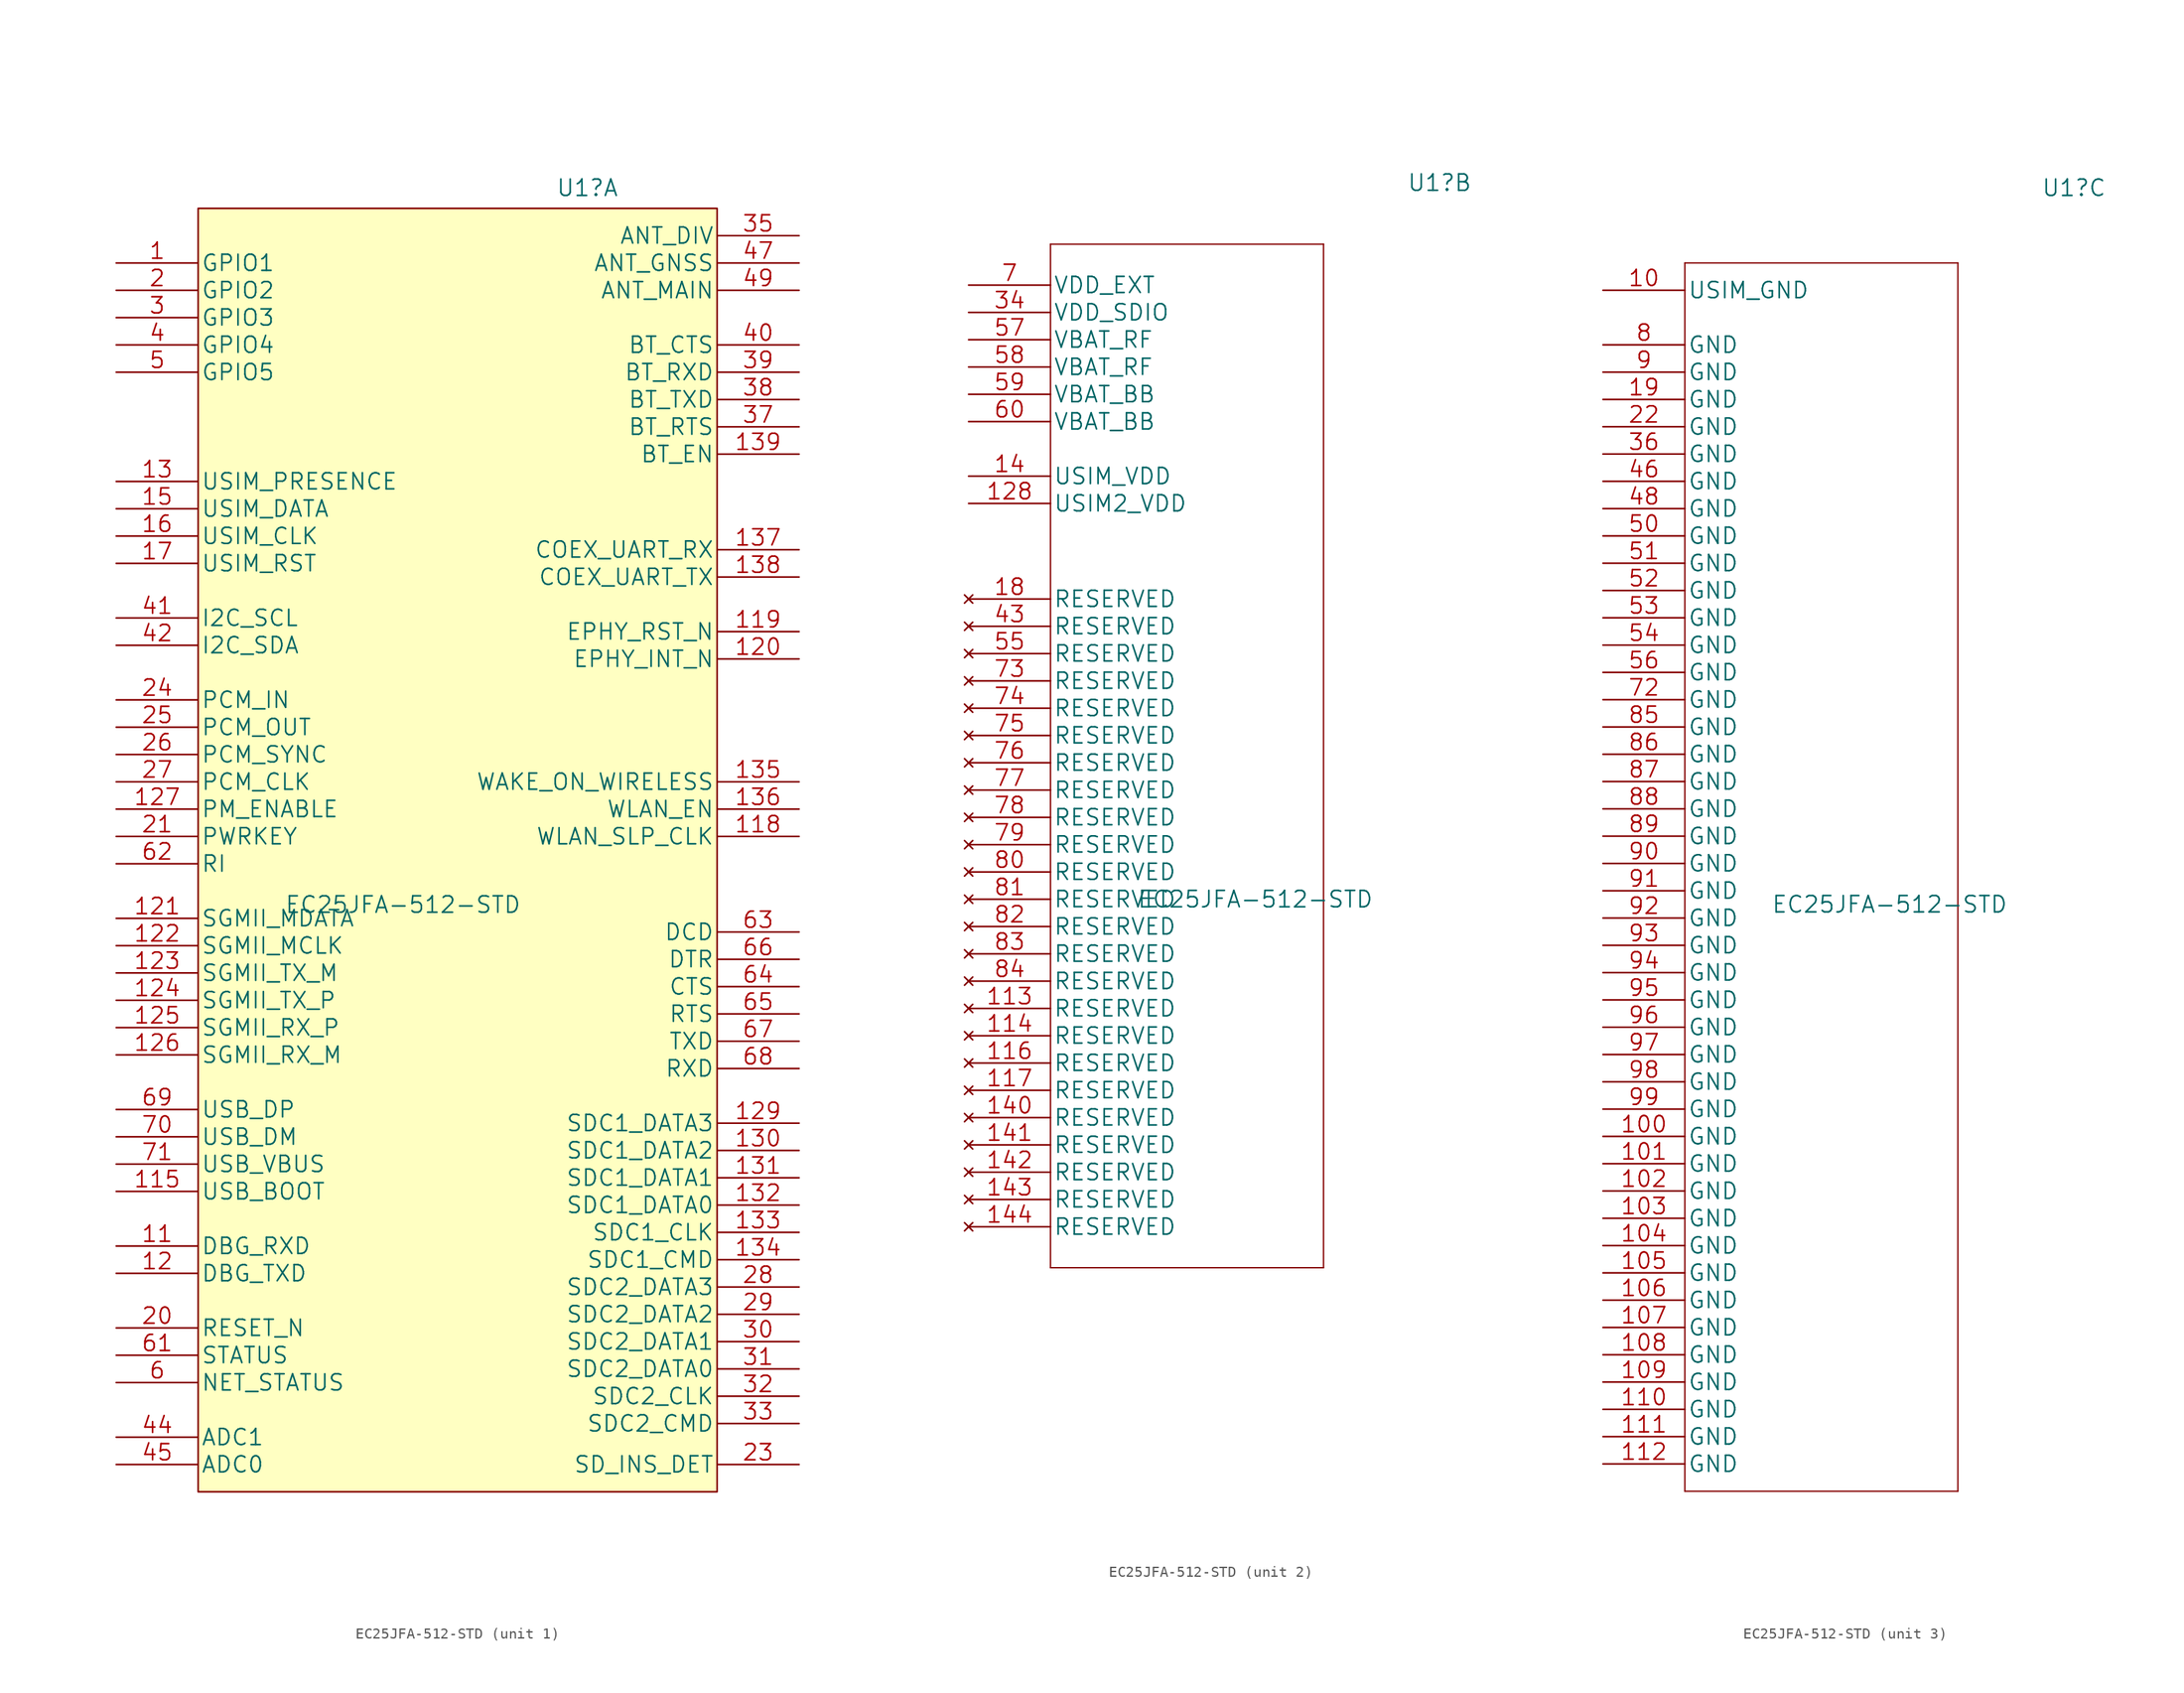
<source format=kicad_sym>
(kicad_symbol_lib
  (version 20220914)
  (generator kicad_symbol_editor)
  (symbol "EC25JFA-512-STD"
    (pin_names
      (offset 0.254))
    (property "Reference" "U1"
      (at 43.815 9.525 0)
      (effects (font (size 1.524 1.524))))
    (property "Value" "EC25JFA-512-STD"
      (at 26.67 -57.15 0)
      (effects (font (size 1.524 1.524))))
    (property "Datasheet" ""
      (at 0 -106.68 0)
      (effects (font (size 1.524 1.524))))
    (property "ki_locked" ""
      (at 0 0 0)
      (effects (font (size 1.27 1.27))))
    (symbol "EC25JFA-512-STD_1_1"
      (rectangle (start 7.62 7.62) (end 55.88 -111.76) (stroke (width 0) (type default)) (fill (type background)))
      (pin bidirectional line (at 0 2.54 0) (length 7.62) (name "GPIO1" (effects (font (size 1.499 1.499)))) (number "1" (effects (font (size 1.499 1.499)))))
      (pin input line (at 0 -88.9 0) (length 7.62) (name "DBG_RXD" (effects (font (size 1.499 1.499)))) (number "11" (effects (font (size 1.499 1.499)))))
      (pin input line (at 0 -83.82 0) (length 7.62) (name "USB_BOOT" (effects (font (size 1.499 1.499)))) (number "115" (effects (font (size 1.499 1.499)))))
      (pin output line (at 63.5 -50.8 180) (length 7.62) (name "WLAN_SLP_CLK" (effects (font (size 1.499 1.499)))) (number "118" (effects (font (size 1.499 1.499)))))
      (pin unspecified line (at 63.5 -31.75 180) (length 7.62) (name "EPHY_RST_N" (effects (font (size 1.499 1.499)))) (number "119" (effects (font (size 1.499 1.499)))))
      (pin output line (at 0 -91.44 0) (length 7.62) (name "DBG_TXD" (effects (font (size 1.499 1.499)))) (number "12" (effects (font (size 1.499 1.499)))))
      (pin unspecified line (at 63.5 -34.29 180) (length 7.62) (name "EPHY_INT_N" (effects (font (size 1.499 1.499)))) (number "120" (effects (font (size 1.499 1.499)))))
      (pin unspecified line (at 0 -58.42 0) (length 7.62) (name "SGMII_MDATA" (effects (font (size 1.499 1.499)))) (number "121" (effects (font (size 1.499 1.499)))))
      (pin unspecified line (at 0 -60.96 0) (length 7.62) (name "SGMII_MCLK" (effects (font (size 1.499 1.499)))) (number "122" (effects (font (size 1.499 1.499)))))
      (pin unspecified line (at 0 -63.5 0) (length 7.62) (name "SGMII_TX_M" (effects (font (size 1.499 1.499)))) (number "123" (effects (font (size 1.499 1.499)))))
      (pin unspecified line (at 0 -66.04 0) (length 7.62) (name "SGMII_TX_P" (effects (font (size 1.499 1.499)))) (number "124" (effects (font (size 1.499 1.499)))))
      (pin unspecified line (at 0 -68.58 0) (length 7.62) (name "SGMII_RX_P" (effects (font (size 1.499 1.499)))) (number "125" (effects (font (size 1.499 1.499)))))
      (pin unspecified line (at 0 -71.12 0) (length 7.62) (name "SGMII_RX_M" (effects (font (size 1.499 1.499)))) (number "126" (effects (font (size 1.499 1.499)))))
      (pin unspecified line (at 0 -48.26 0) (length 7.62) (name "PM_ENABLE" (effects (font (size 1.499 1.499)))) (number "127" (effects (font (size 1.499 1.499)))))
      (pin bidirectional line (at 63.5 -77.47 180) (length 7.62) (name "SDC1_DATA3" (effects (font (size 1.499 1.499)))) (number "129" (effects (font (size 1.499 1.499)))))
      (pin input line (at 0 -17.78 0) (length 7.62) (name "USIM_PRESENCE" (effects (font (size 1.499 1.499)))) (number "13" (effects (font (size 1.499 1.499)))))
      (pin bidirectional line (at 63.5 -80.01 180) (length 7.62) (name "SDC1_DATA2" (effects (font (size 1.499 1.499)))) (number "130" (effects (font (size 1.499 1.499)))))
      (pin bidirectional line (at 63.5 -82.55 180) (length 7.62) (name "SDC1_DATA1" (effects (font (size 1.499 1.499)))) (number "131" (effects (font (size 1.499 1.499)))))
      (pin bidirectional line (at 63.5 -85.09 180) (length 7.62) (name "SDC1_DATA0" (effects (font (size 1.499 1.499)))) (number "132" (effects (font (size 1.499 1.499)))))
      (pin output line (at 63.5 -87.63 180) (length 7.62) (name "SDC1_CLK" (effects (font (size 1.499 1.499)))) (number "133" (effects (font (size 1.499 1.499)))))
      (pin bidirectional line (at 63.5 -90.17 180) (length 7.62) (name "SDC1_CMD" (effects (font (size 1.499 1.499)))) (number "134" (effects (font (size 1.499 1.499)))))
      (pin input line (at 63.5 -45.72 180) (length 7.62) (name "WAKE_ON_WIRELESS" (effects (font (size 1.499 1.499)))) (number "135" (effects (font (size 1.499 1.499)))))
      (pin output line (at 63.5 -48.26 180) (length 7.62) (name "WLAN_EN" (effects (font (size 1.499 1.499)))) (number "136" (effects (font (size 1.499 1.499)))))
      (pin input line (at 63.5 -24.13 180) (length 7.62) (name "COEX_UART_RX" (effects (font (size 1.499 1.499)))) (number "137" (effects (font (size 1.499 1.499)))))
      (pin output line (at 63.5 -26.67 180) (length 7.62) (name "COEX_UART_TX" (effects (font (size 1.499 1.499)))) (number "138" (effects (font (size 1.499 1.499)))))
      (pin output line (at 63.5 -15.24 180) (length 7.62) (name "BT_EN" (effects (font (size 1.499 1.499)))) (number "139" (effects (font (size 1.499 1.499)))))
      (pin bidirectional line (at 0 -20.32 0) (length 7.62) (name "USIM_DATA" (effects (font (size 1.499 1.499)))) (number "15" (effects (font (size 1.499 1.499)))))
      (pin output line (at 0 -22.86 0) (length 7.62) (name "USIM_CLK" (effects (font (size 1.499 1.499)))) (number "16" (effects (font (size 1.499 1.499)))))
      (pin output line (at 0 -25.4 0) (length 7.62) (name "USIM_RST" (effects (font (size 1.499 1.499)))) (number "17" (effects (font (size 1.499 1.499)))))
      (pin bidirectional line (at 0 0 0) (length 7.62) (name "GPIO2" (effects (font (size 1.499 1.499)))) (number "2" (effects (font (size 1.499 1.499)))))
      (pin input line (at 0 -96.52 0) (length 7.62) (name "RESET_N" (effects (font (size 1.499 1.499)))) (number "20" (effects (font (size 1.499 1.499)))))
      (pin input line (at 0 -50.8 0) (length 7.62) (name "PWRKEY" (effects (font (size 1.499 1.499)))) (number "21" (effects (font (size 1.499 1.499)))))
      (pin output line (at 63.5 -109.22 180) (length 7.62) (name "SD_INS_DET" (effects (font (size 1.499 1.499)))) (number "23" (effects (font (size 1.499 1.499)))))
      (pin output line (at 0 -38.1 0) (length 7.62) (name "PCM_IN" (effects (font (size 1.499 1.499)))) (number "24" (effects (font (size 1.499 1.499)))))
      (pin output line (at 0 -40.64 0) (length 7.62) (name "PCM_OUT" (effects (font (size 1.499 1.499)))) (number "25" (effects (font (size 1.499 1.499)))))
      (pin output line (at 0 -43.18 0) (length 7.62) (name "PCM_SYNC" (effects (font (size 1.499 1.499)))) (number "26" (effects (font (size 1.499 1.499)))))
      (pin output line (at 0 -45.72 0) (length 7.62) (name "PCM_CLK" (effects (font (size 1.499 1.499)))) (number "27" (effects (font (size 1.499 1.499)))))
      (pin bidirectional line (at 63.5 -92.71 180) (length 7.62) (name "SDC2_DATA3" (effects (font (size 1.499 1.499)))) (number "28" (effects (font (size 1.499 1.499)))))
      (pin bidirectional line (at 63.5 -95.25 180) (length 7.62) (name "SDC2_DATA2" (effects (font (size 1.499 1.499)))) (number "29" (effects (font (size 1.499 1.499)))))
      (pin bidirectional line (at 0 -2.54 0) (length 7.62) (name "GPIO3" (effects (font (size 1.499 1.499)))) (number "3" (effects (font (size 1.499 1.499)))))
      (pin bidirectional line (at 63.5 -97.79 180) (length 7.62) (name "SDC2_DATA1" (effects (font (size 1.499 1.499)))) (number "30" (effects (font (size 1.499 1.499)))))
      (pin bidirectional line (at 63.5 -100.33 180) (length 7.62) (name "SDC2_DATA0" (effects (font (size 1.499 1.499)))) (number "31" (effects (font (size 1.499 1.499)))))
      (pin output line (at 63.5 -102.87 180) (length 7.62) (name "SDC2_CLK" (effects (font (size 1.499 1.499)))) (number "32" (effects (font (size 1.499 1.499)))))
      (pin bidirectional line (at 63.5 -105.41 180) (length 7.62) (name "SDC2_CMD" (effects (font (size 1.499 1.499)))) (number "33" (effects (font (size 1.499 1.499)))))
      (pin unspecified line (at 63.5 5.08 180) (length 7.62) (name "ANT_DIV" (effects (font (size 1.499 1.499)))) (number "35" (effects (font (size 1.499 1.499)))))
      (pin output line (at 63.5 -12.7 180) (length 7.62) (name "BT_RTS" (effects (font (size 1.499 1.499)))) (number "37" (effects (font (size 1.499 1.499)))))
      (pin output line (at 63.5 -10.16 180) (length 7.62) (name "BT_TXD" (effects (font (size 1.499 1.499)))) (number "38" (effects (font (size 1.499 1.499)))))
      (pin output line (at 63.5 -7.62 180) (length 7.62) (name "BT_RXD" (effects (font (size 1.499 1.499)))) (number "39" (effects (font (size 1.499 1.499)))))
      (pin bidirectional line (at 0 -5.08 0) (length 7.62) (name "GPIO4" (effects (font (size 1.499 1.499)))) (number "4" (effects (font (size 1.499 1.499)))))
      (pin output line (at 63.5 -5.08 180) (length 7.62) (name "BT_CTS" (effects (font (size 1.499 1.499)))) (number "40" (effects (font (size 1.499 1.499)))))
      (pin bidirectional line (at 0 -30.48 0) (length 7.62) (name "I2C_SCL" (effects (font (size 1.499 1.499)))) (number "41" (effects (font (size 1.499 1.499)))))
      (pin bidirectional line (at 0 -33.02 0) (length 7.62) (name "I2C_SDA" (effects (font (size 1.499 1.499)))) (number "42" (effects (font (size 1.499 1.499)))))
      (pin bidirectional line (at 0 -106.68 0) (length 7.62) (name "ADC1" (effects (font (size 1.499 1.499)))) (number "44" (effects (font (size 1.499 1.499)))))
      (pin bidirectional line (at 0 -109.22 0) (length 7.62) (name "ADC0" (effects (font (size 1.499 1.499)))) (number "45" (effects (font (size 1.499 1.499)))))
      (pin unspecified line (at 63.5 2.54 180) (length 7.62) (name "ANT_GNSS" (effects (font (size 1.499 1.499)))) (number "47" (effects (font (size 1.499 1.499)))))
      (pin output line (at 63.5 0 180) (length 7.62) (name "ANT_MAIN" (effects (font (size 1.499 1.499)))) (number "49" (effects (font (size 1.499 1.499)))))
      (pin bidirectional line (at 0 -7.62 0) (length 7.62) (name "GPIO5" (effects (font (size 1.499 1.499)))) (number "5" (effects (font (size 1.499 1.499)))))
      (pin output line (at 0 -101.6 0) (length 7.62) (name "NET_STATUS" (effects (font (size 1.499 1.499)))) (number "6" (effects (font (size 1.499 1.499)))))
      (pin output line (at 0 -99.06 0) (length 7.62) (name "STATUS" (effects (font (size 1.499 1.499)))) (number "61" (effects (font (size 1.499 1.499)))))
      (pin output line (at 0 -53.34 0) (length 7.62) (name "RI" (effects (font (size 1.499 1.499)))) (number "62" (effects (font (size 1.499 1.499)))))
      (pin output line (at 63.5 -59.69 180) (length 7.62) (name "DCD" (effects (font (size 1.499 1.499)))) (number "63" (effects (font (size 1.499 1.499)))))
      (pin output line (at 63.5 -64.77 180) (length 7.62) (name "CTS" (effects (font (size 1.499 1.499)))) (number "64" (effects (font (size 1.499 1.499)))))
      (pin input line (at 63.5 -67.31 180) (length 7.62) (name "RTS" (effects (font (size 1.499 1.499)))) (number "65" (effects (font (size 1.499 1.499)))))
      (pin bidirectional line (at 63.5 -62.23 180) (length 7.62) (name "DTR" (effects (font (size 1.499 1.499)))) (number "66" (effects (font (size 1.499 1.499)))))
      (pin output line (at 63.5 -69.85 180) (length 7.62) (name "TXD" (effects (font (size 1.499 1.499)))) (number "67" (effects (font (size 1.499 1.499)))))
      (pin input line (at 63.5 -72.39 180) (length 7.62) (name "RXD" (effects (font (size 1.499 1.499)))) (number "68" (effects (font (size 1.499 1.499)))))
      (pin input line (at 0 -76.2 0) (length 7.62) (name "USB_DP" (effects (font (size 1.499 1.499)))) (number "69" (effects (font (size 1.499 1.499)))))
      (pin input line (at 0 -78.74 0) (length 7.62) (name "USB_DM" (effects (font (size 1.499 1.499)))) (number "70" (effects (font (size 1.499 1.499)))))
      (pin input line (at 0 -81.28 0) (length 7.62) (name "USB_VBUS" (effects (font (size 1.499 1.499)))) (number "71" (effects (font (size 1.499 1.499))))))
    (symbol "EC25JFA-512-STD_2_1"
      (polyline (pts (xy 7.62 -91.44) (xy 33.02 -91.44)) (stroke (width 0.127) (type default)) (fill (type none)))
      (polyline (pts (xy 7.62 3.81) (xy 7.62 -91.44)) (stroke (width 0.127) (type default)) (fill (type none)))
      (polyline (pts (xy 33.02 -91.44) (xy 33.02 3.81)) (stroke (width 0.127) (type default)) (fill (type none)))
      (polyline (pts (xy 33.02 3.81) (xy 7.62 3.81)) (stroke (width 0.127) (type default)) (fill (type none)))
      (pin no_connect line (at 0 -67.31 0) (length 7.62) (name "RESERVED" (effects (font (size 1.499 1.499)))) (number "113" (effects (font (size 1.499 1.499)))))
      (pin no_connect line (at 0 -69.85 0) (length 7.62) (name "RESERVED" (effects (font (size 1.499 1.499)))) (number "114" (effects (font (size 1.499 1.499)))))
      (pin no_connect line (at 0 -72.39 0) (length 7.62) (name "RESERVED" (effects (font (size 1.499 1.499)))) (number "116" (effects (font (size 1.499 1.499)))))
      (pin no_connect line (at 0 -74.93 0) (length 7.62) (name "RESERVED" (effects (font (size 1.499 1.499)))) (number "117" (effects (font (size 1.499 1.499)))))
      (pin power_out line (at 0 -20.32 0) (length 7.62) (name "USIM2_VDD" (effects (font (size 1.499 1.499)))) (number "128" (effects (font (size 1.499 1.499)))))
      (pin power_out line (at 0 -17.78 0) (length 7.62) (name "USIM_VDD" (effects (font (size 1.499 1.499)))) (number "14" (effects (font (size 1.499 1.499)))))
      (pin no_connect line (at 0 -77.47 0) (length 7.62) (name "RESERVED" (effects (font (size 1.499 1.499)))) (number "140" (effects (font (size 1.499 1.499)))))
      (pin no_connect line (at 0 -80.01 0) (length 7.62) (name "RESERVED" (effects (font (size 1.499 1.499)))) (number "141" (effects (font (size 1.499 1.499)))))
      (pin no_connect line (at 0 -82.55 0) (length 7.62) (name "RESERVED" (effects (font (size 1.499 1.499)))) (number "142" (effects (font (size 1.499 1.499)))))
      (pin no_connect line (at 0 -85.09 0) (length 7.62) (name "RESERVED" (effects (font (size 1.499 1.499)))) (number "143" (effects (font (size 1.499 1.499)))))
      (pin no_connect line (at 0 -87.63 0) (length 7.62) (name "RESERVED" (effects (font (size 1.499 1.499)))) (number "144" (effects (font (size 1.499 1.499)))))
      (pin no_connect line (at 0 -29.21 0) (length 7.62) (name "RESERVED" (effects (font (size 1.499 1.499)))) (number "18" (effects (font (size 1.499 1.499)))))
      (pin power_in line (at 0 -2.54 0) (length 7.62) (name "VDD_SDIO" (effects (font (size 1.499 1.499)))) (number "34" (effects (font (size 1.499 1.499)))))
      (pin no_connect line (at 0 -31.75 0) (length 7.62) (name "RESERVED" (effects (font (size 1.499 1.499)))) (number "43" (effects (font (size 1.499 1.499)))))
      (pin no_connect line (at 0 -34.29 0) (length 7.62) (name "RESERVED" (effects (font (size 1.499 1.499)))) (number "55" (effects (font (size 1.499 1.499)))))
      (pin power_in line (at 0 -5.08 0) (length 7.62) (name "VBAT_RF" (effects (font (size 1.499 1.499)))) (number "57" (effects (font (size 1.499 1.499)))))
      (pin power_in line (at 0 -7.62 0) (length 7.62) (name "VBAT_RF" (effects (font (size 1.499 1.499)))) (number "58" (effects (font (size 1.499 1.499)))))
      (pin power_in line (at 0 -10.16 0) (length 7.62) (name "VBAT_BB" (effects (font (size 1.499 1.499)))) (number "59" (effects (font (size 1.499 1.499)))))
      (pin power_in line (at 0 -12.7 0) (length 7.62) (name "VBAT_BB" (effects (font (size 1.499 1.499)))) (number "60" (effects (font (size 1.499 1.499)))))
      (pin power_in line (at 0 0 0) (length 7.62) (name "VDD_EXT" (effects (font (size 1.499 1.499)))) (number "7" (effects (font (size 1.499 1.499)))))
      (pin no_connect line (at 0 -36.83 0) (length 7.62) (name "RESERVED" (effects (font (size 1.499 1.499)))) (number "73" (effects (font (size 1.499 1.499)))))
      (pin no_connect line (at 0 -39.37 0) (length 7.62) (name "RESERVED" (effects (font (size 1.499 1.499)))) (number "74" (effects (font (size 1.499 1.499)))))
      (pin no_connect line (at 0 -41.91 0) (length 7.62) (name "RESERVED" (effects (font (size 1.499 1.499)))) (number "75" (effects (font (size 1.499 1.499)))))
      (pin no_connect line (at 0 -44.45 0) (length 7.62) (name "RESERVED" (effects (font (size 1.499 1.499)))) (number "76" (effects (font (size 1.499 1.499)))))
      (pin no_connect line (at 0 -46.99 0) (length 7.62) (name "RESERVED" (effects (font (size 1.499 1.499)))) (number "77" (effects (font (size 1.499 1.499)))))
      (pin no_connect line (at 0 -49.53 0) (length 7.62) (name "RESERVED" (effects (font (size 1.499 1.499)))) (number "78" (effects (font (size 1.499 1.499)))))
      (pin no_connect line (at 0 -52.07 0) (length 7.62) (name "RESERVED" (effects (font (size 1.499 1.499)))) (number "79" (effects (font (size 1.499 1.499)))))
      (pin no_connect line (at 0 -54.61 0) (length 7.62) (name "RESERVED" (effects (font (size 1.499 1.499)))) (number "80" (effects (font (size 1.499 1.499)))))
      (pin no_connect line (at 0 -57.15 0) (length 7.62) (name "RESERVED" (effects (font (size 1.499 1.499)))) (number "81" (effects (font (size 1.499 1.499)))))
      (pin no_connect line (at 0 -59.69 0) (length 7.62) (name "RESERVED" (effects (font (size 1.499 1.499)))) (number "82" (effects (font (size 1.499 1.499)))))
      (pin no_connect line (at 0 -62.23 0) (length 7.62) (name "RESERVED" (effects (font (size 1.499 1.499)))) (number "83" (effects (font (size 1.499 1.499)))))
      (pin no_connect line (at 0 -64.77 0) (length 7.62) (name "RESERVED" (effects (font (size 1.499 1.499)))) (number "84" (effects (font (size 1.499 1.499))))))
    (symbol "EC25JFA-512-STD_3_1"
      (polyline (pts (xy 7.62 -111.76) (xy 33.02 -111.76)) (stroke (width 0.127) (type default)) (fill (type none)))
      (polyline (pts (xy 7.62 2.54) (xy 7.62 -111.76)) (stroke (width 0.127) (type default)) (fill (type none)))
      (polyline (pts (xy 33.02 -111.76) (xy 33.02 2.54)) (stroke (width 0.127) (type default)) (fill (type none)))
      (polyline (pts (xy 33.02 2.54) (xy 7.62 2.54)) (stroke (width 0.127) (type default)) (fill (type none)))
      (pin power_out line (at 0 0 0) (length 7.62) (name "USIM_GND" (effects (font (size 1.499 1.499)))) (number "10" (effects (font (size 1.499 1.499)))))
      (pin power_in line (at 0 -78.74 0) (length 7.62) (name "GND" (effects (font (size 1.499 1.499)))) (number "100" (effects (font (size 1.499 1.499)))))
      (pin power_in line (at 0 -81.28 0) (length 7.62) (name "GND" (effects (font (size 1.499 1.499)))) (number "101" (effects (font (size 1.499 1.499)))))
      (pin power_in line (at 0 -83.82 0) (length 7.62) (name "GND" (effects (font (size 1.499 1.499)))) (number "102" (effects (font (size 1.499 1.499)))))
      (pin power_in line (at 0 -86.36 0) (length 7.62) (name "GND" (effects (font (size 1.499 1.499)))) (number "103" (effects (font (size 1.499 1.499)))))
      (pin power_in line (at 0 -88.9 0) (length 7.62) (name "GND" (effects (font (size 1.499 1.499)))) (number "104" (effects (font (size 1.499 1.499)))))
      (pin power_in line (at 0 -91.44 0) (length 7.62) (name "GND" (effects (font (size 1.499 1.499)))) (number "105" (effects (font (size 1.499 1.499)))))
      (pin power_in line (at 0 -93.98 0) (length 7.62) (name "GND" (effects (font (size 1.499 1.499)))) (number "106" (effects (font (size 1.499 1.499)))))
      (pin power_in line (at 0 -96.52 0) (length 7.62) (name "GND" (effects (font (size 1.499 1.499)))) (number "107" (effects (font (size 1.499 1.499)))))
      (pin power_in line (at 0 -99.06 0) (length 7.62) (name "GND" (effects (font (size 1.499 1.499)))) (number "108" (effects (font (size 1.499 1.499)))))
      (pin power_in line (at 0 -101.6 0) (length 7.62) (name "GND" (effects (font (size 1.499 1.499)))) (number "109" (effects (font (size 1.499 1.499)))))
      (pin power_in line (at 0 -104.14 0) (length 7.62) (name "GND" (effects (font (size 1.499 1.499)))) (number "110" (effects (font (size 1.499 1.499)))))
      (pin power_in line (at 0 -106.68 0) (length 7.62) (name "GND" (effects (font (size 1.499 1.499)))) (number "111" (effects (font (size 1.499 1.499)))))
      (pin power_in line (at 0 -109.22 0) (length 7.62) (name "GND" (effects (font (size 1.499 1.499)))) (number "112" (effects (font (size 1.499 1.499)))))
      (pin power_in line (at 0 -10.16 0) (length 7.62) (name "GND" (effects (font (size 1.499 1.499)))) (number "19" (effects (font (size 1.499 1.499)))))
      (pin power_in line (at 0 -12.7 0) (length 7.62) (name "GND" (effects (font (size 1.499 1.499)))) (number "22" (effects (font (size 1.499 1.499)))))
      (pin power_in line (at 0 -15.24 0) (length 7.62) (name "GND" (effects (font (size 1.499 1.499)))) (number "36" (effects (font (size 1.499 1.499)))))
      (pin power_in line (at 0 -17.78 0) (length 7.62) (name "GND" (effects (font (size 1.499 1.499)))) (number "46" (effects (font (size 1.499 1.499)))))
      (pin power_in line (at 0 -20.32 0) (length 7.62) (name "GND" (effects (font (size 1.499 1.499)))) (number "48" (effects (font (size 1.499 1.499)))))
      (pin power_in line (at 0 -22.86 0) (length 7.62) (name "GND" (effects (font (size 1.499 1.499)))) (number "50" (effects (font (size 1.499 1.499)))))
      (pin power_in line (at 0 -25.4 0) (length 7.62) (name "GND" (effects (font (size 1.499 1.499)))) (number "51" (effects (font (size 1.499 1.499)))))
      (pin power_in line (at 0 -27.94 0) (length 7.62) (name "GND" (effects (font (size 1.499 1.499)))) (number "52" (effects (font (size 1.499 1.499)))))
      (pin power_in line (at 0 -30.48 0) (length 7.62) (name "GND" (effects (font (size 1.499 1.499)))) (number "53" (effects (font (size 1.499 1.499)))))
      (pin power_in line (at 0 -33.02 0) (length 7.62) (name "GND" (effects (font (size 1.499 1.499)))) (number "54" (effects (font (size 1.499 1.499)))))
      (pin power_in line (at 0 -35.56 0) (length 7.62) (name "GND" (effects (font (size 1.499 1.499)))) (number "56" (effects (font (size 1.499 1.499)))))
      (pin power_in line (at 0 -38.1 0) (length 7.62) (name "GND" (effects (font (size 1.499 1.499)))) (number "72" (effects (font (size 1.499 1.499)))))
      (pin power_in line (at 0 -5.08 0) (length 7.62) (name "GND" (effects (font (size 1.499 1.499)))) (number "8" (effects (font (size 1.499 1.499)))))
      (pin power_in line (at 0 -40.64 0) (length 7.62) (name "GND" (effects (font (size 1.499 1.499)))) (number "85" (effects (font (size 1.499 1.499)))))
      (pin power_in line (at 0 -43.18 0) (length 7.62) (name "GND" (effects (font (size 1.499 1.499)))) (number "86" (effects (font (size 1.499 1.499)))))
      (pin power_in line (at 0 -45.72 0) (length 7.62) (name "GND" (effects (font (size 1.499 1.499)))) (number "87" (effects (font (size 1.499 1.499)))))
      (pin power_in line (at 0 -48.26 0) (length 7.62) (name "GND" (effects (font (size 1.499 1.499)))) (number "88" (effects (font (size 1.499 1.499)))))
      (pin power_in line (at 0 -50.8 0) (length 7.62) (name "GND" (effects (font (size 1.499 1.499)))) (number "89" (effects (font (size 1.499 1.499)))))
      (pin power_in line (at 0 -7.62 0) (length 7.62) (name "GND" (effects (font (size 1.499 1.499)))) (number "9" (effects (font (size 1.499 1.499)))))
      (pin power_in line (at 0 -53.34 0) (length 7.62) (name "GND" (effects (font (size 1.499 1.499)))) (number "90" (effects (font (size 1.499 1.499)))))
      (pin power_in line (at 0 -55.88 0) (length 7.62) (name "GND" (effects (font (size 1.499 1.499)))) (number "91" (effects (font (size 1.499 1.499)))))
      (pin power_in line (at 0 -58.42 0) (length 7.62) (name "GND" (effects (font (size 1.499 1.499)))) (number "92" (effects (font (size 1.499 1.499)))))
      (pin power_in line (at 0 -60.96 0) (length 7.62) (name "GND" (effects (font (size 1.499 1.499)))) (number "93" (effects (font (size 1.499 1.499)))))
      (pin power_in line (at 0 -63.5 0) (length 7.62) (name "GND" (effects (font (size 1.499 1.499)))) (number "94" (effects (font (size 1.499 1.499)))))
      (pin power_in line (at 0 -66.04 0) (length 7.62) (name "GND" (effects (font (size 1.499 1.499)))) (number "95" (effects (font (size 1.499 1.499)))))
      (pin power_in line (at 0 -68.58 0) (length 7.62) (name "GND" (effects (font (size 1.499 1.499)))) (number "96" (effects (font (size 1.499 1.499)))))
      (pin power_in line (at 0 -71.12 0) (length 7.62) (name "GND" (effects (font (size 1.499 1.499)))) (number "97" (effects (font (size 1.499 1.499)))))
      (pin power_in line (at 0 -73.66 0) (length 7.62) (name "GND" (effects (font (size 1.499 1.499)))) (number "98" (effects (font (size 1.499 1.499)))))
      (pin power_in line (at 0 -76.2 0) (length 7.62) (name "GND" (effects (font (size 1.499 1.499)))) (number "99" (effects (font (size 1.499 1.499))))))))
</source>
